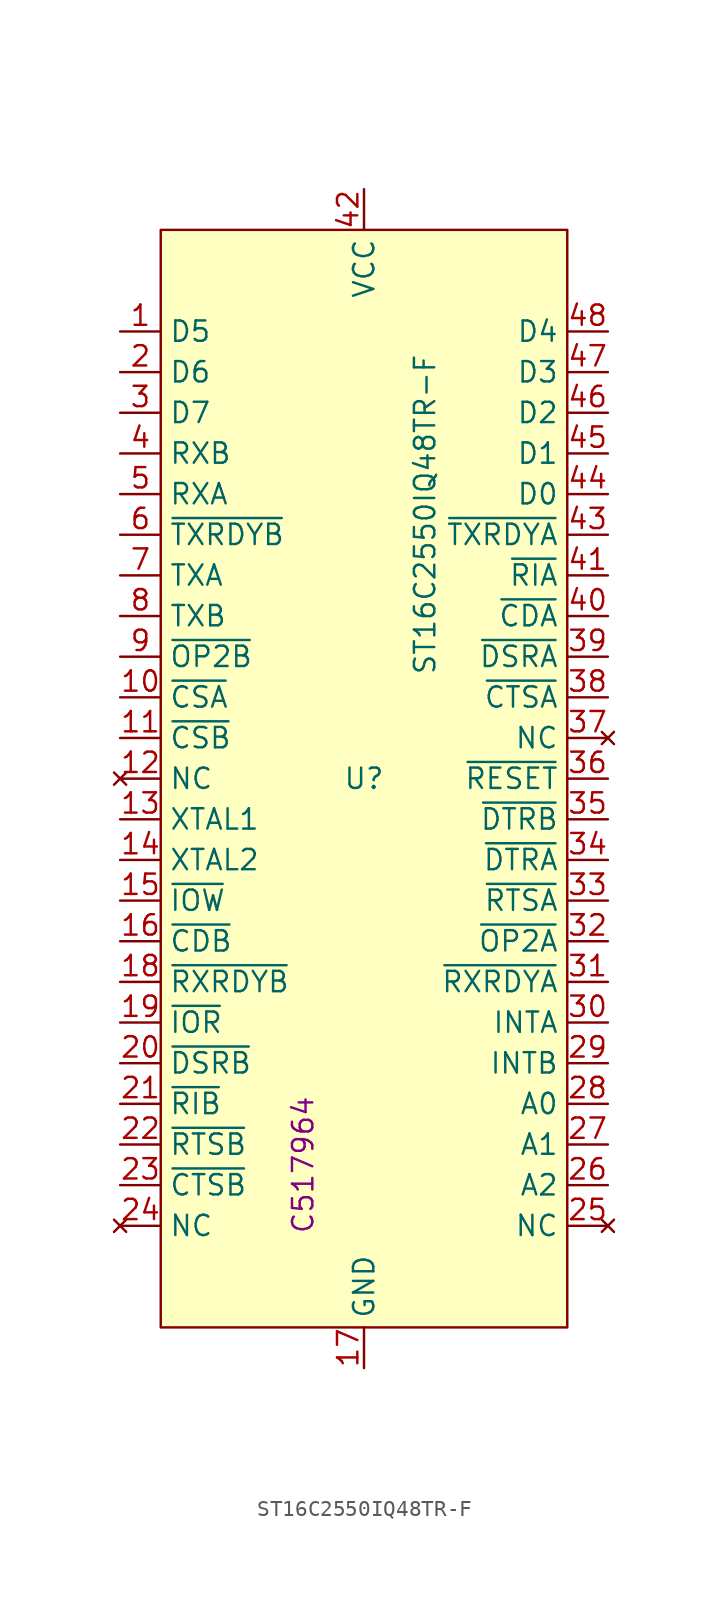
<source format=kicad_sym>
(kicad_symbol_lib
  (version 20220914)
  (generator kicad_symbol_editor)
  (symbol "ST16C2550IQ48TR-F"
    (property "Reference" "U"
      (at 0 0 0)
      (effects (font (size 1.27 1.27))))
    (property "Value" "ST16C2550IQ48TR-F"
      (at 3.81 16.51 90)
      (effects (font (size 1.27 1.27))))
    (property "LCSC" "C517964"
      (at -3.81 -24.13 90)
      (effects (font (size 1.27 1.27))))
    (symbol "ST16C2550IQ48TR-F_1_1"
      (rectangle (start -12.7 34.29) (end 12.7 -34.29) (stroke (width 0) (type default)) (fill (type background)))
      (pin bidirectional line (at -15.24 27.94 0) (length 2.54) (name "D5" (effects (font (size 1.27 1.27)))) (number "1" (effects (font (size 1.27 1.27)))))
      (pin input line (at -15.24 5.08 0) (length 2.54) (name "~{CSA}" (effects (font (size 1.27 1.27)))) (number "10" (effects (font (size 1.27 1.27)))))
      (pin input line (at -15.24 2.54 0) (length 2.54) (name "~{CSB}" (effects (font (size 1.27 1.27)))) (number "11" (effects (font (size 1.27 1.27)))))
      (pin no_connect line (at -15.24 0 0) (length 2.54) (name "NC" (effects (font (size 1.27 1.27)))) (number "12" (effects (font (size 1.27 1.27)))))
      (pin input line (at -15.24 -2.54 0) (length 2.54) (name "XTAL1" (effects (font (size 1.27 1.27)))) (number "13" (effects (font (size 1.27 1.27)))))
      (pin input line (at -15.24 -5.08 0) (length 2.54) (name "XTAL2" (effects (font (size 1.27 1.27)))) (number "14" (effects (font (size 1.27 1.27)))))
      (pin input line (at -15.24 -7.62 0) (length 2.54) (name "~{IOW}" (effects (font (size 1.27 1.27)))) (number "15" (effects (font (size 1.27 1.27)))))
      (pin input line (at -15.24 -10.16 0) (length 2.54) (name "~{CDB}" (effects (font (size 1.27 1.27)))) (number "16" (effects (font (size 1.27 1.27)))))
      (pin power_in line (at 0 -36.83 90) (length 2.54) (name "GND" (effects (font (size 1.27 1.27)))) (number "17" (effects (font (size 1.27 1.27)))))
      (pin output line (at -15.24 -12.7 0) (length 2.54) (name "~{RXRDYB}" (effects (font (size 1.27 1.27)))) (number "18" (effects (font (size 1.27 1.27)))))
      (pin input line (at -15.24 -15.24 0) (length 2.54) (name "~{IOR}" (effects (font (size 1.27 1.27)))) (number "19" (effects (font (size 1.27 1.27)))))
      (pin bidirectional line (at -15.24 25.4 0) (length 2.54) (name "D6" (effects (font (size 1.27 1.27)))) (number "2" (effects (font (size 1.27 1.27)))))
      (pin input line (at -15.24 -17.78 0) (length 2.54) (name "~{DSRB}" (effects (font (size 1.27 1.27)))) (number "20" (effects (font (size 1.27 1.27)))))
      (pin input line (at -15.24 -20.32 0) (length 2.54) (name "~{RIB}" (effects (font (size 1.27 1.27)))) (number "21" (effects (font (size 1.27 1.27)))))
      (pin input line (at -15.24 -22.86 0) (length 2.54) (name "~{RTSB}" (effects (font (size 1.27 1.27)))) (number "22" (effects (font (size 1.27 1.27)))))
      (pin input line (at -15.24 -25.4 0) (length 2.54) (name "~{CTSB}" (effects (font (size 1.27 1.27)))) (number "23" (effects (font (size 1.27 1.27)))))
      (pin no_connect line (at -15.24 -27.94 0) (length 2.54) (name "NC" (effects (font (size 1.27 1.27)))) (number "24" (effects (font (size 1.27 1.27)))))
      (pin no_connect line (at 15.24 -27.94 180) (length 2.54) (name "NC" (effects (font (size 1.27 1.27)))) (number "25" (effects (font (size 1.27 1.27)))))
      (pin input line (at 15.24 -25.4 180) (length 2.54) (name "A2" (effects (font (size 1.27 1.27)))) (number "26" (effects (font (size 1.27 1.27)))))
      (pin input line (at 15.24 -22.86 180) (length 2.54) (name "A1" (effects (font (size 1.27 1.27)))) (number "27" (effects (font (size 1.27 1.27)))))
      (pin input line (at 15.24 -20.32 180) (length 2.54) (name "A0" (effects (font (size 1.27 1.27)))) (number "28" (effects (font (size 1.27 1.27)))))
      (pin input line (at 15.24 -17.78 180) (length 2.54) (name "INTB" (effects (font (size 1.27 1.27)))) (number "29" (effects (font (size 1.27 1.27)))))
      (pin bidirectional line (at -15.24 22.86 0) (length 2.54) (name "D7" (effects (font (size 1.27 1.27)))) (number "3" (effects (font (size 1.27 1.27)))))
      (pin input line (at 15.24 -15.24 180) (length 2.54) (name "INTA" (effects (font (size 1.27 1.27)))) (number "30" (effects (font (size 1.27 1.27)))))
      (pin output line (at 15.24 -12.7 180) (length 2.54) (name "~{RXRDYA}" (effects (font (size 1.27 1.27)))) (number "31" (effects (font (size 1.27 1.27)))))
      (pin output line (at 15.24 -10.16 180) (length 2.54) (name "~{OP2A}" (effects (font (size 1.27 1.27)))) (number "32" (effects (font (size 1.27 1.27)))))
      (pin input line (at 15.24 -7.62 180) (length 2.54) (name "~{RTSA}" (effects (font (size 1.27 1.27)))) (number "33" (effects (font (size 1.27 1.27)))))
      (pin input line (at 15.24 -5.08 180) (length 2.54) (name "~{DTRA}" (effects (font (size 1.27 1.27)))) (number "34" (effects (font (size 1.27 1.27)))))
      (pin input line (at 15.24 -2.54 180) (length 2.54) (name "~{DTRB}" (effects (font (size 1.27 1.27)))) (number "35" (effects (font (size 1.27 1.27)))))
      (pin input line (at 15.24 0 180) (length 2.54) (name "~{RESET}" (effects (font (size 1.27 1.27)))) (number "36" (effects (font (size 1.27 1.27)))))
      (pin no_connect line (at 15.24 2.54 180) (length 2.54) (name "NC" (effects (font (size 1.27 1.27)))) (number "37" (effects (font (size 1.27 1.27)))))
      (pin input line (at 15.24 5.08 180) (length 2.54) (name "~{CTSA}" (effects (font (size 1.27 1.27)))) (number "38" (effects (font (size 1.27 1.27)))))
      (pin input line (at 15.24 7.62 180) (length 2.54) (name "~{DSRA}" (effects (font (size 1.27 1.27)))) (number "39" (effects (font (size 1.27 1.27)))))
      (pin input line (at -15.24 20.32 0) (length 2.54) (name "RXB" (effects (font (size 1.27 1.27)))) (number "4" (effects (font (size 1.27 1.27)))))
      (pin input line (at 15.24 10.16 180) (length 2.54) (name "~{CDA}" (effects (font (size 1.27 1.27)))) (number "40" (effects (font (size 1.27 1.27)))))
      (pin input line (at 15.24 12.7 180) (length 2.54) (name "~{RIA}" (effects (font (size 1.27 1.27)))) (number "41" (effects (font (size 1.27 1.27)))))
      (pin power_in line (at 0 36.83 270) (length 2.54) (name "VCC" (effects (font (size 1.27 1.27)))) (number "42" (effects (font (size 1.27 1.27)))))
      (pin output line (at 15.24 15.24 180) (length 2.54) (name "~{TXRDYA}" (effects (font (size 1.27 1.27)))) (number "43" (effects (font (size 1.27 1.27)))))
      (pin bidirectional line (at 15.24 17.78 180) (length 2.54) (name "D0" (effects (font (size 1.27 1.27)))) (number "44" (effects (font (size 1.27 1.27)))))
      (pin bidirectional line (at 15.24 20.32 180) (length 2.54) (name "D1" (effects (font (size 1.27 1.27)))) (number "45" (effects (font (size 1.27 1.27)))))
      (pin bidirectional line (at 15.24 22.86 180) (length 2.54) (name "D2" (effects (font (size 1.27 1.27)))) (number "46" (effects (font (size 1.27 1.27)))))
      (pin bidirectional line (at 15.24 25.4 180) (length 2.54) (name "D3" (effects (font (size 1.27 1.27)))) (number "47" (effects (font (size 1.27 1.27)))))
      (pin bidirectional line (at 15.24 27.94 180) (length 2.54) (name "D4" (effects (font (size 1.27 1.27)))) (number "48" (effects (font (size 1.27 1.27)))))
      (pin input line (at -15.24 17.78 0) (length 2.54) (name "RXA" (effects (font (size 1.27 1.27)))) (number "5" (effects (font (size 1.27 1.27)))))
      (pin output line (at -15.24 15.24 0) (length 2.54) (name "~{TXRDYB}" (effects (font (size 1.27 1.27)))) (number "6" (effects (font (size 1.27 1.27)))))
      (pin output line (at -15.24 12.7 0) (length 2.54) (name "TXA" (effects (font (size 1.27 1.27)))) (number "7" (effects (font (size 1.27 1.27)))))
      (pin output line (at -15.24 10.16 0) (length 2.54) (name "TXB" (effects (font (size 1.27 1.27)))) (number "8" (effects (font (size 1.27 1.27)))))
      (pin output line (at -15.24 7.62 0) (length 2.54) (name "~{OP2B}" (effects (font (size 1.27 1.27)))) (number "9" (effects (font (size 1.27 1.27))))))))
</source>
